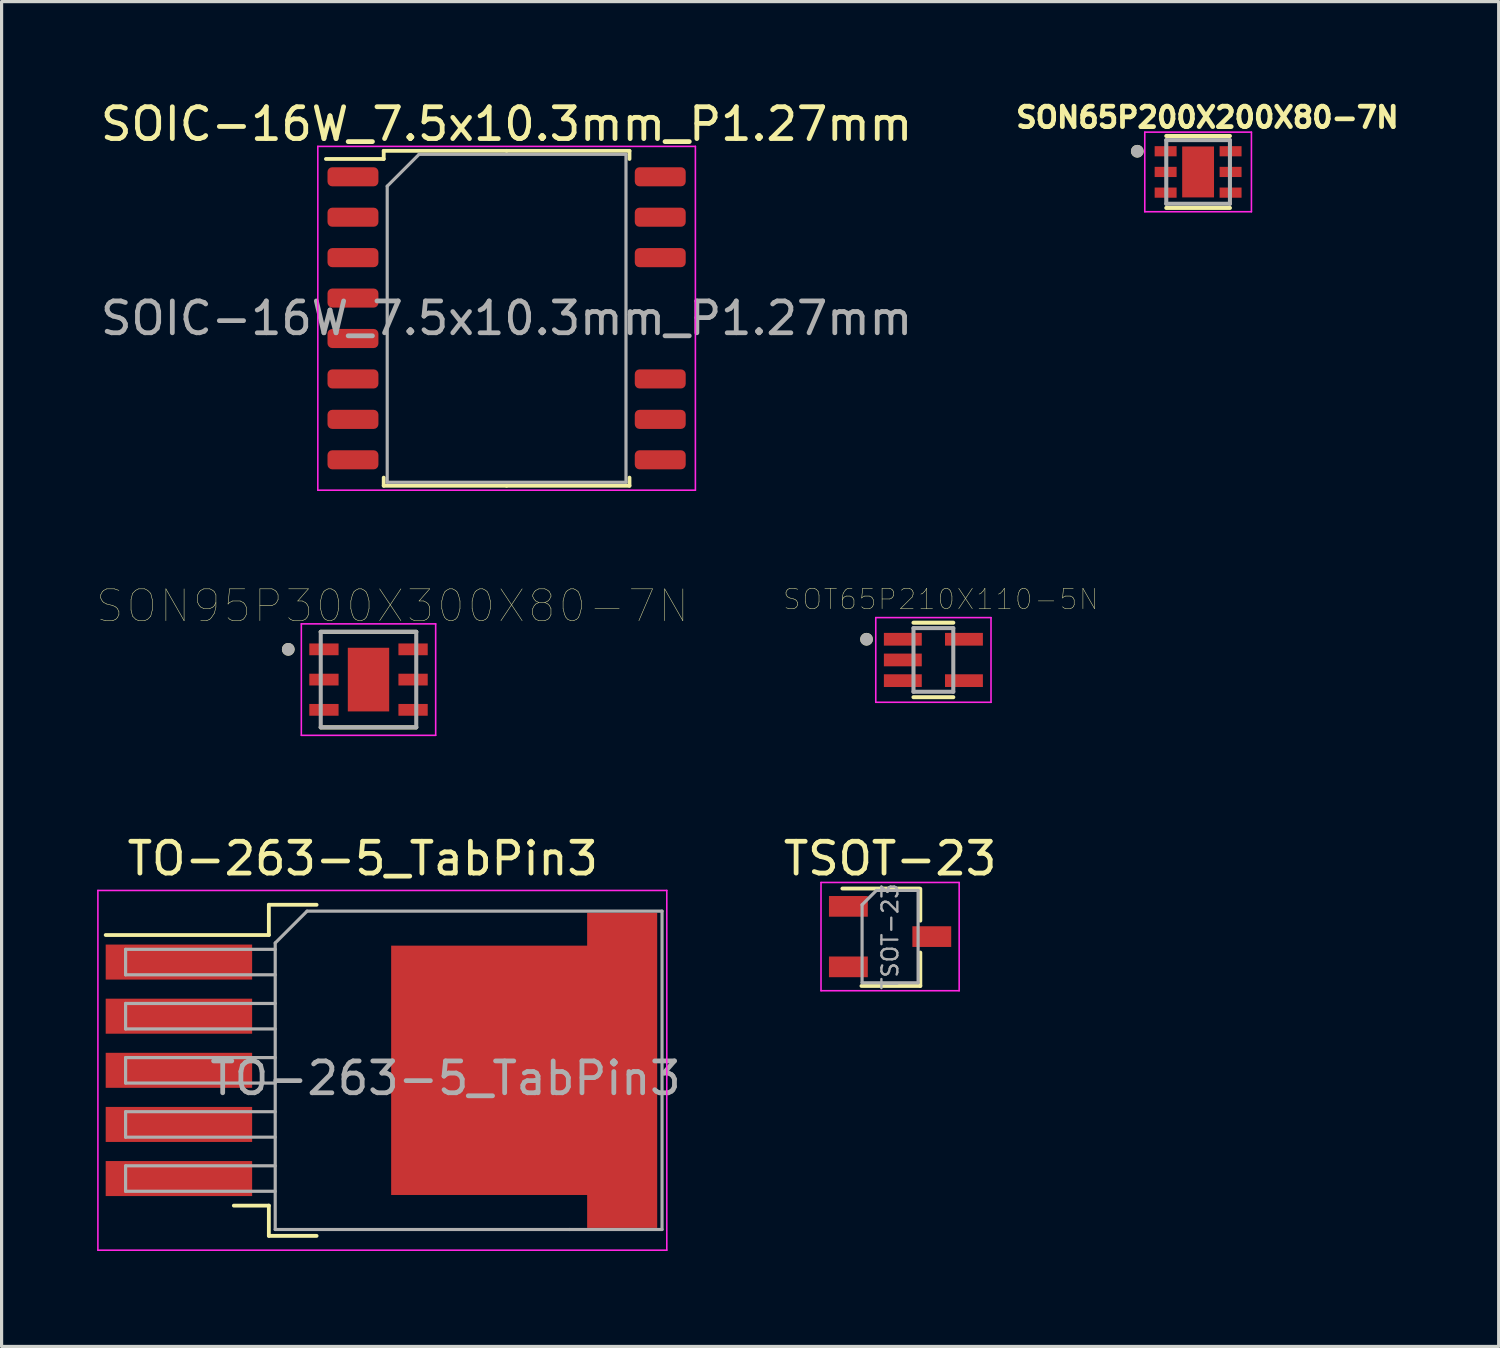
<source format=kicad_pcb>
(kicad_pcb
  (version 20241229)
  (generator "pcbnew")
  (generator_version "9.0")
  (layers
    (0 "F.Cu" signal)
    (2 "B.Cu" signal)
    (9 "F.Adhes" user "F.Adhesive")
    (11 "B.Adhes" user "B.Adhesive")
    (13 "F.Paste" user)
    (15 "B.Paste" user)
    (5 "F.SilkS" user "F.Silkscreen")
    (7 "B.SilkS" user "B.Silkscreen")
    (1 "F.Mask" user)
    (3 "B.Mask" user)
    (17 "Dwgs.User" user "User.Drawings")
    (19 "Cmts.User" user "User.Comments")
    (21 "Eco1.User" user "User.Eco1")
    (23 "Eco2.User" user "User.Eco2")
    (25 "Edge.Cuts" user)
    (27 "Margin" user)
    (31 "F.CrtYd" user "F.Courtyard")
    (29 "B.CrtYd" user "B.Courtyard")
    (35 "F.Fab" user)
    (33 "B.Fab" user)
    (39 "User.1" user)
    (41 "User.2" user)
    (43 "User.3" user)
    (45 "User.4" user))
  (footprint "TO-263-5_TabPin3"
    (layer "F.Cu")
    (at 8.345 30.57)
    (property "Reference" "TO-263-5_TabPin3" (at 0 -6.65 0) (layer "F.SilkS") (effects (font (size 1 1) (thickness 0.15))))
    (attr smd)
    (fp_line (start -2.95 -5.2) (end -2.95 -4.25) (stroke (width 0.12) (type solid)) (layer "F.SilkS"))
    (fp_line (start -2.95 -4.25) (end -8.075 -4.25) (stroke (width 0.12) (type solid)) (layer "F.SilkS"))
    (fp_line (start -2.95 4.25) (end -4.05 4.25) (stroke (width 0.12) (type solid)) (layer "F.SilkS"))
    (fp_line (start -2.95 5.2) (end -2.95 4.25) (stroke (width 0.12) (type solid)) (layer "F.SilkS"))
    (fp_line (start -1.45 -5.2) (end -2.95 -5.2) (stroke (width 0.12) (type solid)) (layer "F.SilkS"))
    (fp_line (start -1.45 5.2) (end -2.95 5.2) (stroke (width 0.12) (type solid)) (layer "F.SilkS"))
    (fp_line (start -8.32 -5.65) (end -8.32 5.65) (stroke (width 0.05) (type solid)) (layer "F.CrtYd"))
    (fp_line (start -8.32 5.65) (end 9.55 5.65) (stroke (width 0.05) (type solid)) (layer "F.CrtYd"))
    (fp_line (start 9.55 -5.65) (end -8.32 -5.65) (stroke (width 0.05) (type solid)) (layer "F.CrtYd"))
    (fp_line (start 9.55 5.65) (end 9.55 -5.65) (stroke (width 0.05) (type solid)) (layer "F.CrtYd"))
    (fp_line (start -7.45 -3.8) (end -7.45 -3) (stroke (width 0.1) (type solid)) (layer "F.Fab"))
    (fp_line (start -7.45 -3) (end -2.75 -3) (stroke (width 0.1) (type solid)) (layer "F.Fab"))
    (fp_line (start -7.45 -2.1) (end -7.45 -1.3) (stroke (width 0.1) (type solid)) (layer "F.Fab"))
    (fp_line (start -7.45 -1.3) (end -2.75 -1.3) (stroke (width 0.1) (type solid)) (layer "F.Fab"))
    (fp_line (start -7.45 -0.4) (end -7.45 0.4) (stroke (width 0.1) (type solid)) (layer "F.Fab"))
    (fp_line (start -7.45 0.4) (end -2.75 0.4) (stroke (width 0.1) (type solid)) (layer "F.Fab"))
    (fp_line (start -7.45 1.3) (end -7.45 2.1) (stroke (width 0.1) (type solid)) (layer "F.Fab"))
    (fp_line (start -7.45 2.1) (end -2.75 2.1) (stroke (width 0.1) (type solid)) (layer "F.Fab"))
    (fp_line (start -7.45 3) (end -7.45 3.8) (stroke (width 0.1) (type solid)) (layer "F.Fab"))
    (fp_line (start -7.45 3.8) (end -2.75 3.8) (stroke (width 0.1) (type solid)) (layer "F.Fab"))
    (fp_line (start -2.75 -4) (end -1.75 -5) (stroke (width 0.1) (type solid)) (layer "F.Fab"))
    (fp_line (start -2.75 -3.8) (end -7.45 -3.8) (stroke (width 0.1) (type solid)) (layer "F.Fab"))
    (fp_line (start -2.75 -2.1) (end -7.45 -2.1) (stroke (width 0.1) (type solid)) (layer "F.Fab"))
    (fp_line (start -2.75 -0.4) (end -7.45 -0.4) (stroke (width 0.1) (type solid)) (layer "F.Fab"))
    (fp_line (start -2.75 1.3) (end -7.45 1.3) (stroke (width 0.1) (type solid)) (layer "F.Fab"))
    (fp_line (start -2.75 3) (end -7.45 3) (stroke (width 0.1) (type solid)) (layer "F.Fab"))
    (fp_line (start -2.75 5) (end -2.75 -4) (stroke (width 0.1) (type solid)) (layer "F.Fab"))
    (fp_line (start -1.75 -5) (end 9.4 -5) (stroke (width 0.1) (type solid)) (layer "F.Fab"))
    (fp_line (start 6.5 5) (end -2.75 5) (stroke (width 0.1) (type solid)) (layer "F.Fab"))
    (fp_line (start 9.4 -5) (end 9.4 5) (stroke (width 0.1) (type solid)) (layer "F.Fab"))
    (fp_line (start 9.4 5) (end 6.5 5) (stroke (width 0.1) (type solid)) (layer "F.Fab"))
    (fp_text user "${REFERENCE}" (at 2.6 0.25 0) (layer "F.Fab") (effects (font (size 1 1) (thickness 0.15))))
    (pad "" smd rect (at 4.2 0) (size 6.617 7.832) (layers "F.Cu" "F.Mask"))
    (pad "" smd rect (at 8.148 0) (size 2.2 9.9) (layers "F.Cu" "F.Mask"))
    (pad "1" smd rect (at -5.775 -3.4) (size 4.6 1.1) (layers "F.Cu" "F.Mask" "F.Paste"))
    (pad "2" smd rect (at -5.775 -1.7) (size 4.6 1.1) (layers "F.Cu" "F.Mask" "F.Paste"))
    (pad "3" smd rect (at -5.775 0) (size 4.6 1.1) (layers "F.Cu" "F.Mask" "F.Paste"))
    (pad "4" smd rect (at -5.775 1.7) (size 4.6 1.1) (layers "F.Cu" "F.Mask" "F.Paste"))
    (pad "5" smd rect (at -5.775 3.4) (size 4.6 1.1) (layers "F.Cu" "F.Mask" "F.Paste")))
  (footprint "SOT65P210X110-5N"
    (layer "F.Cu")
    (at 26.269 17.68)
    (property "Reference" "SOT65P210X110-5N" (at 0.232 -1.906 0) (layer "F.SilkS") (effects (font (size 0.64 0.64) (thickness 0.015))))
    (attr through_hole)
    (fp_line (start -0.625 -1.17) (end 0.625 -1.17) (stroke (width 0.127) (type solid)) (layer "F.SilkS"))
    (fp_line (start 0.625 1.17) (end -0.625 1.17) (stroke (width 0.127) (type solid)) (layer "F.SilkS"))
    (fp_circle (center -2.1 -0.65) (end -2 -0.65) (stroke (width 0.2) (type solid)) (fill no) (layer "F.SilkS"))
    (fp_line (start -1.81 -1.33) (end 1.81 -1.33) (stroke (width 0.05) (type solid)) (layer "F.CrtYd"))
    (fp_line (start -1.81 1.33) (end -1.81 -1.33) (stroke (width 0.05) (type solid)) (layer "F.CrtYd"))
    (fp_line (start 1.81 -1.33) (end 1.81 1.33) (stroke (width 0.05) (type solid)) (layer "F.CrtYd"))
    (fp_line (start 1.81 1.33) (end -1.81 1.33) (stroke (width 0.05) (type solid)) (layer "F.CrtYd"))
    (fp_line (start -0.625 -1) (end 0.625 -1) (stroke (width 0.127) (type solid)) (layer "F.Fab"))
    (fp_line (start -0.625 1) (end -0.625 -1) (stroke (width 0.127) (type solid)) (layer "F.Fab"))
    (fp_line (start 0.625 -1) (end 0.625 1) (stroke (width 0.127) (type solid)) (layer "F.Fab"))
    (fp_line (start 0.625 1) (end -0.625 1) (stroke (width 0.127) (type solid)) (layer "F.Fab"))
    (fp_circle (center -2.1 -0.65) (end -2 -0.65) (stroke (width 0.2) (type solid)) (fill no) (layer "F.Fab"))
    (pad "1" smd rect (at -0.96 -0.65) (size 1.19 0.4) (layers "F.Cu" "F.Mask" "F.Paste"))
    (pad "2" smd rect (at -0.96 0) (size 1.19 0.4) (layers "F.Cu" "F.Mask" "F.Paste"))
    (pad "3" smd rect (at -0.96 0.65) (size 1.19 0.4) (layers "F.Cu" "F.Mask" "F.Paste"))
    (pad "4" smd rect (at 0.96 0.65) (size 1.19 0.4) (layers "F.Cu" "F.Mask" "F.Paste"))
    (pad "5" smd rect (at 0.96 -0.65) (size 1.19 0.4) (layers "F.Cu" "F.Mask" "F.Paste")))
  (footprint "TSOT-23"
    (layer "F.Cu")
    (at 24.909 26.37)
    (property "Reference" "TSOT-23" (at 0 -2.45 0) (layer "F.SilkS") (effects (font (size 1 1) (thickness 0.15))))
    (attr smd)
    (fp_line (start 0.93 -1.51) (end -1.5 -1.51) (stroke (width 0.12) (type solid)) (layer "F.SilkS"))
    (fp_line (start 0.95 -1.5) (end 0.95 -0.5) (stroke (width 0.12) (type solid)) (layer "F.SilkS"))
    (fp_line (start 0.95 0.5) (end 0.95 1.55) (stroke (width 0.12) (type solid)) (layer "F.SilkS"))
    (fp_line (start 0.95 1.55) (end -0.9 1.55) (stroke (width 0.12) (type solid)) (layer "F.SilkS"))
    (fp_line (start -2.17 -1.7) (end -2.17 1.7) (stroke (width 0.05) (type solid)) (layer "F.CrtYd"))
    (fp_line (start -2.17 -1.7) (end 2.17 -1.7) (stroke (width 0.05) (type solid)) (layer "F.CrtYd"))
    (fp_line (start 2.17 1.7) (end -2.17 1.7) (stroke (width 0.05) (type solid)) (layer "F.CrtYd"))
    (fp_line (start 2.17 1.7) (end 2.17 -1.7) (stroke (width 0.05) (type solid)) (layer "F.CrtYd"))
    (fp_line (start -0.88 -1) (end -0.88 1.45) (stroke (width 0.1) (type solid)) (layer "F.Fab"))
    (fp_line (start -0.88 -1) (end -0.43 -1.45) (stroke (width 0.1) (type solid)) (layer "F.Fab"))
    (fp_line (start 0.88 -1.45) (end -0.43 -1.45) (stroke (width 0.1) (type solid)) (layer "F.Fab"))
    (fp_line (start 0.88 -1.45) (end 0.88 1.45) (stroke (width 0.1) (type solid)) (layer "F.Fab"))
    (fp_line (start 0.88 1.45) (end -0.88 1.45) (stroke (width 0.1) (type solid)) (layer "F.Fab"))
    (fp_text user "${REFERENCE}" (at 0 0 90) (layer "F.Fab") (effects (font (size 0.5 0.5) (thickness 0.075))))
    (pad "1" smd rect (at -1.31 -0.95) (size 1.22 0.65) (layers "F.Cu" "F.Mask" "F.Paste"))
    (pad "2" smd rect (at -1.31 0.95) (size 1.22 0.65) (layers "F.Cu" "F.Mask" "F.Paste"))
    (pad "3" smd rect (at 1.31 0) (size 1.22 0.65) (layers "F.Cu" "F.Mask" "F.Paste")))
  (footprint "SOIC-16W_7.5x10.3mm_P1.27mm"
    (layer "F.Cu")
    (at 12.863 6.948)
    (property "Reference" "SOIC-16W_7.5x10.3mm_P1.27mm" (at 0 -6.1 0) (layer "F.SilkS") (effects (font (size 1 1) (thickness 0.15))))
    (attr smd)
    (fp_line (start -3.86 -5.26) (end -3.86 -5.005) (stroke (width 0.12) (type solid)) (layer "F.SilkS"))
    (fp_line (start -3.86 -5.005) (end -5.675 -5.005) (stroke (width 0.12) (type solid)) (layer "F.SilkS"))
    (fp_line (start -3.86 5.26) (end -3.86 5.005) (stroke (width 0.12) (type solid)) (layer "F.SilkS"))
    (fp_line (start 0 -5.26) (end -3.86 -5.26) (stroke (width 0.12) (type solid)) (layer "F.SilkS"))
    (fp_line (start 0 -5.26) (end 3.86 -5.26) (stroke (width 0.12) (type solid)) (layer "F.SilkS"))
    (fp_line (start 0 5.26) (end -3.86 5.26) (stroke (width 0.12) (type solid)) (layer "F.SilkS"))
    (fp_line (start 0 5.26) (end 3.86 5.26) (stroke (width 0.12) (type solid)) (layer "F.SilkS"))
    (fp_line (start 3.86 -5.26) (end 3.86 -5.005) (stroke (width 0.12) (type solid)) (layer "F.SilkS"))
    (fp_line (start 3.86 5.26) (end 3.86 5.005) (stroke (width 0.12) (type solid)) (layer "F.SilkS"))
    (fp_line (start -5.93 -5.4) (end -5.93 5.4) (stroke (width 0.05) (type solid)) (layer "F.CrtYd"))
    (fp_line (start -5.93 5.4) (end 5.93 5.4) (stroke (width 0.05) (type solid)) (layer "F.CrtYd"))
    (fp_line (start 5.93 -5.4) (end -5.93 -5.4) (stroke (width 0.05) (type solid)) (layer "F.CrtYd"))
    (fp_line (start 5.93 5.4) (end 5.93 -5.4) (stroke (width 0.05) (type solid)) (layer "F.CrtYd"))
    (fp_line (start -3.75 -4.15) (end -2.75 -5.15) (stroke (width 0.1) (type solid)) (layer "F.Fab"))
    (fp_line (start -3.75 5.15) (end -3.75 -4.15) (stroke (width 0.1) (type solid)) (layer "F.Fab"))
    (fp_line (start -2.75 -5.15) (end 3.75 -5.15) (stroke (width 0.1) (type solid)) (layer "F.Fab"))
    (fp_line (start 3.75 -5.15) (end 3.75 5.15) (stroke (width 0.1) (type solid)) (layer "F.Fab"))
    (fp_line (start 3.75 5.15) (end -3.75 5.15) (stroke (width 0.1) (type solid)) (layer "F.Fab"))
    (fp_text user "${REFERENCE}" (at 0 0 0) (layer "F.Fab") (effects (font (size 1 1) (thickness 0.15))))
    (pad "1" smd roundrect (at -4.826 -4.445) (size 1.6 0.6) (layers "F.Cu" "F.Mask" "F.Paste") (roundrect_rratio 0.25))
    (pad "2" smd roundrect (at -4.826 -3.175) (size 1.6 0.6) (layers "F.Cu" "F.Mask" "F.Paste") (roundrect_rratio 0.25))
    (pad "3" smd roundrect (at -4.826 -1.905) (size 1.6 0.6) (layers "F.Cu" "F.Mask" "F.Paste") (roundrect_rratio 0.25))
    (pad "4" smd roundrect (at -4.826 -0.635) (size 1.6 0.6) (layers "F.Cu" "F.Mask" "F.Paste") (roundrect_rratio 0.25))
    (pad "5" smd roundrect (at -4.826 0.635) (size 1.6 0.6) (layers "F.Cu" "F.Mask" "F.Paste") (roundrect_rratio 0.25))
    (pad "6" smd roundrect (at -4.826 1.905) (size 1.6 0.6) (layers "F.Cu" "F.Mask" "F.Paste") (roundrect_rratio 0.25))
    (pad "7" smd roundrect (at -4.826 3.175) (size 1.6 0.6) (layers "F.Cu" "F.Mask" "F.Paste") (roundrect_rratio 0.25))
    (pad "8" smd roundrect (at -4.826 4.445) (size 1.6 0.6) (layers "F.Cu" "F.Mask" "F.Paste") (roundrect_rratio 0.25))
    (pad "9" smd roundrect (at 4.826 4.445) (size 1.6 0.6) (layers "F.Cu" "F.Mask" "F.Paste") (roundrect_rratio 0.25))
    (pad "10" smd roundrect (at 4.826 3.175) (size 1.6 0.6) (layers "F.Cu" "F.Mask" "F.Paste") (roundrect_rratio 0.25))
    (pad "11" smd roundrect (at 4.826 1.905) (size 1.6 0.6) (layers "F.Cu" "F.Mask" "F.Paste") (roundrect_rratio 0.25))
    (pad "12" smd roundrect (at 4.826 -1.905) (size 1.6 0.6) (layers "F.Cu" "F.Mask" "F.Paste") (roundrect_rratio 0.25))
    (pad "13" smd roundrect (at 4.826 -3.175) (size 1.6 0.6) (layers "F.Cu" "F.Mask" "F.Paste") (roundrect_rratio 0.25))
    (pad "14" smd roundrect (at 4.826 -4.445) (size 1.6 0.6) (layers "F.Cu" "F.Mask" "F.Paste") (roundrect_rratio 0.25)))
  (footprint "SON95P300X300X80-7N"
    (layer "F.Cu")
    (at 8.525 18.297)
    (property "Reference" "SON95P300X300X80-7N" (at 0.755 -2.312 0) (layer "F.SilkS") (effects (font (size 1 1) (thickness 0.015))))
    (attr through_hole)
    (fp_line (start -1.5 -1.5) (end 1.5 -1.5) (stroke (width 0.127) (type solid)) (layer "F.SilkS"))
    (fp_line (start -1.5 1.5) (end 1.5 1.5) (stroke (width 0.127) (type solid)) (layer "F.SilkS"))
    (fp_circle (center -2.52 -0.95) (end -2.42 -0.95) (stroke (width 0.2) (type solid)) (fill no) (layer "F.SilkS"))
    (fp_poly (pts (xy -0.41 -0.63) (xy 0.41 -0.63) (xy 0.41 0.63) (xy -0.41 0.63)) (stroke (width 0.01) (type solid)) (fill yes) (layer "F.Paste"))
    (fp_line (start -2.11 -1.75) (end -2.11 1.75) (stroke (width 0.05) (type solid)) (layer "F.CrtYd"))
    (fp_line (start -2.11 -1.75) (end 2.11 -1.75) (stroke (width 0.05) (type solid)) (layer "F.CrtYd"))
    (fp_line (start -2.11 1.75) (end 2.11 1.75) (stroke (width 0.05) (type solid)) (layer "F.CrtYd"))
    (fp_line (start 2.11 -1.75) (end 2.11 1.75) (stroke (width 0.05) (type solid)) (layer "F.CrtYd"))
    (fp_line (start -1.5 -1.5) (end -1.5 1.5) (stroke (width 0.127) (type solid)) (layer "F.Fab"))
    (fp_line (start -1.5 -1.5) (end 1.5 -1.5) (stroke (width 0.127) (type solid)) (layer "F.Fab"))
    (fp_line (start -1.5 1.5) (end 1.5 1.5) (stroke (width 0.127) (type solid)) (layer "F.Fab"))
    (fp_line (start 1.5 -1.5) (end 1.5 1.5) (stroke (width 0.127) (type solid)) (layer "F.Fab"))
    (fp_circle (center -2.52 -0.95) (end -2.42 -0.95) (stroke (width 0.2) (type solid)) (fill no) (layer "F.Fab"))
    (pad "1" smd rect (at -1.4 -0.95) (size 0.92 0.37) (layers "F.Cu" "F.Mask" "F.Paste"))
    (pad "2" smd rect (at -1.4 0) (size 0.92 0.37) (layers "F.Cu" "F.Mask" "F.Paste"))
    (pad "3" smd rect (at -1.4 0.95) (size 0.92 0.37) (layers "F.Cu" "F.Mask" "F.Paste"))
    (pad "4" smd rect (at 1.4 0.95) (size 0.92 0.37) (layers "F.Cu" "F.Mask" "F.Paste"))
    (pad "5" smd rect (at 1.4 0) (size 0.92 0.37) (layers "F.Cu" "F.Mask" "F.Paste"))
    (pad "6" smd rect (at 1.4 -0.95) (size 0.92 0.37) (layers "F.Cu" "F.Mask" "F.Paste"))
    (pad "7" smd rect (at 0 0) (size 1.3 2) (layers "F.Cu" "F.Mask")))
  (footprint "SON65P200X200X80-7N"
    (layer "F.Cu")
    (at 34.584 2.351)
    (property "Reference" "SON65P200X200X80-7N" (at 0.292 -1.713 0) (layer "F.SilkS") (effects (font (size 0.64 0.64) (thickness 0.15))))
    (attr through_hole)
    (fp_line (start -1 -1.13) (end 1 -1.13) (stroke (width 0.127) (type solid)) (layer "F.SilkS"))
    (fp_line (start -1 1.13) (end 1 1.13) (stroke (width 0.127) (type solid)) (layer "F.SilkS"))
    (fp_circle (center -1.91 -0.65) (end -1.81 -0.65) (stroke (width 0.2) (type solid)) (fill no) (layer "F.SilkS"))
    (fp_poly (pts (xy -0.316 -0.506) (xy 0.316 -0.506) (xy 0.316 0.506) (xy -0.316 0.506)) (stroke (width 0.01) (type solid)) (fill yes) (layer "F.Paste"))
    (fp_line (start -1.675 -1.25) (end -1.675 1.25) (stroke (width 0.05) (type solid)) (layer "F.CrtYd"))
    (fp_line (start -1.675 -1.25) (end 1.675 -1.25) (stroke (width 0.05) (type solid)) (layer "F.CrtYd"))
    (fp_line (start -1.675 1.25) (end 1.675 1.25) (stroke (width 0.05) (type solid)) (layer "F.CrtYd"))
    (fp_line (start 1.675 -1.25) (end 1.675 1.25) (stroke (width 0.05) (type solid)) (layer "F.CrtYd"))
    (fp_line (start -1 -1) (end -1 1) (stroke (width 0.127) (type solid)) (layer "F.Fab"))
    (fp_line (start -1 -1) (end 1 -1) (stroke (width 0.127) (type solid)) (layer "F.Fab"))
    (fp_line (start -1 1) (end 1 1) (stroke (width 0.127) (type solid)) (layer "F.Fab"))
    (fp_line (start 1 -1) (end 1 1) (stroke (width 0.127) (type solid)) (layer "F.Fab"))
    (fp_circle (center -1.91 -0.65) (end -1.81 -0.65) (stroke (width 0.2) (type solid)) (fill no) (layer "F.Fab"))
    (pad "1" smd rect (at -1.02 -0.65) (size 0.69 0.32) (layers "F.Cu" "F.Mask" "F.Paste"))
    (pad "2" smd rect (at -1.02 0) (size 0.69 0.32) (layers "F.Cu" "F.Mask" "F.Paste"))
    (pad "3" smd rect (at -1.02 0.65) (size 0.69 0.32) (layers "F.Cu" "F.Mask" "F.Paste"))
    (pad "4" smd rect (at 1.02 0.65) (size 0.69 0.32) (layers "F.Cu" "F.Mask" "F.Paste"))
    (pad "5" smd rect (at 1.02 0) (size 0.69 0.32) (layers "F.Cu" "F.Mask" "F.Paste"))
    (pad "6" smd rect (at 1.02 -0.65) (size 0.69 0.32) (layers "F.Cu" "F.Mask" "F.Paste"))
    (pad "7" smd rect (at 0 0) (size 1 1.6) (layers "F.Cu" "F.Mask")))
  (gr_rect
    (start -3 -3)
    (end 44.025 39.245)
    (stroke (width 0.1) (type default))
    (fill no)
    (layer "Edge.Cuts")))
</source>
